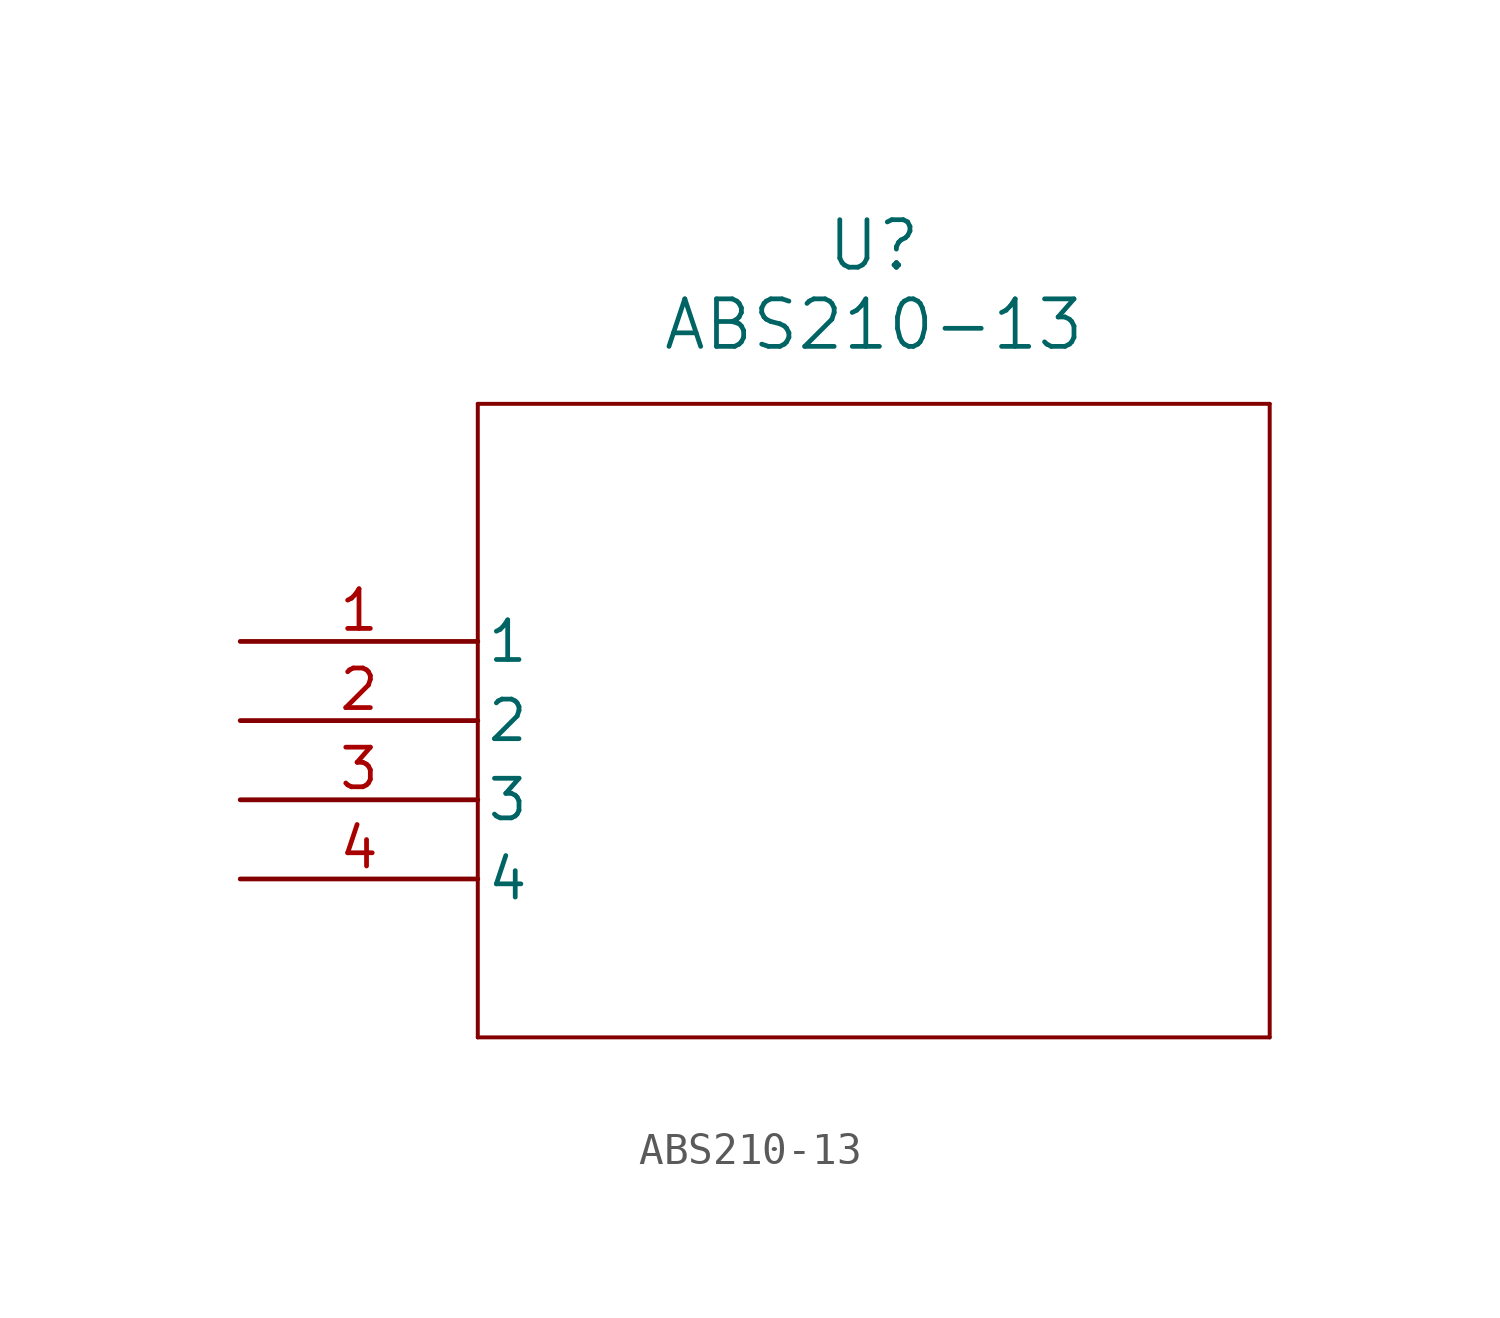
<source format=kicad_sym>
(kicad_symbol_lib
  (version 20211014)
  (generator kicad_symbol_editor)
  (symbol "ABS210-13"
    (pin_names
      (offset 0.254))
    (property "Reference" "U"
      (at 20.32 12.7 0)
      (effects (font (size 1.524 1.524))))
    (property "Value" "ABS210-13"
      (at 20.32 10.16 0)
      (effects (font (size 1.524 1.524))))
    (symbol "ABS210-13_0_1"
      (polyline (pts (xy 7.62 7.62) (xy 7.62 -12.7)) (stroke (width 0.127) (type default) (color 0 0 0 0)) (fill (type none)))
      (polyline (pts (xy 7.62 -12.7) (xy 33.02 -12.7)) (stroke (width 0.127) (type default) (color 0 0 0 0)) (fill (type none)))
      (polyline (pts (xy 33.02 -12.7) (xy 33.02 7.62)) (stroke (width 0.127) (type default) (color 0 0 0 0)) (fill (type none)))
      (polyline (pts (xy 33.02 7.62) (xy 7.62 7.62)) (stroke (width 0.127) (type default) (color 0 0 0 0)) (fill (type none)))
      (pin unspecified line (at 0 0 0) (length 7.62) (name "1" (effects (font (size 1.27 1.27)))) (number "1" (effects (font (size 1.27 1.27)))))
      (pin unspecified line (at 0 -2.54 0) (length 7.62) (name "2" (effects (font (size 1.27 1.27)))) (number "2" (effects (font (size 1.27 1.27)))))
      (pin unspecified line (at 0 -5.08 0) (length 7.62) (name "3" (effects (font (size 1.27 1.27)))) (number "3" (effects (font (size 1.27 1.27)))))
      (pin unspecified line (at 0 -7.62 0) (length 7.62) (name "4" (effects (font (size 1.27 1.27)))) (number "4" (effects (font (size 1.27 1.27))))))))
</source>
